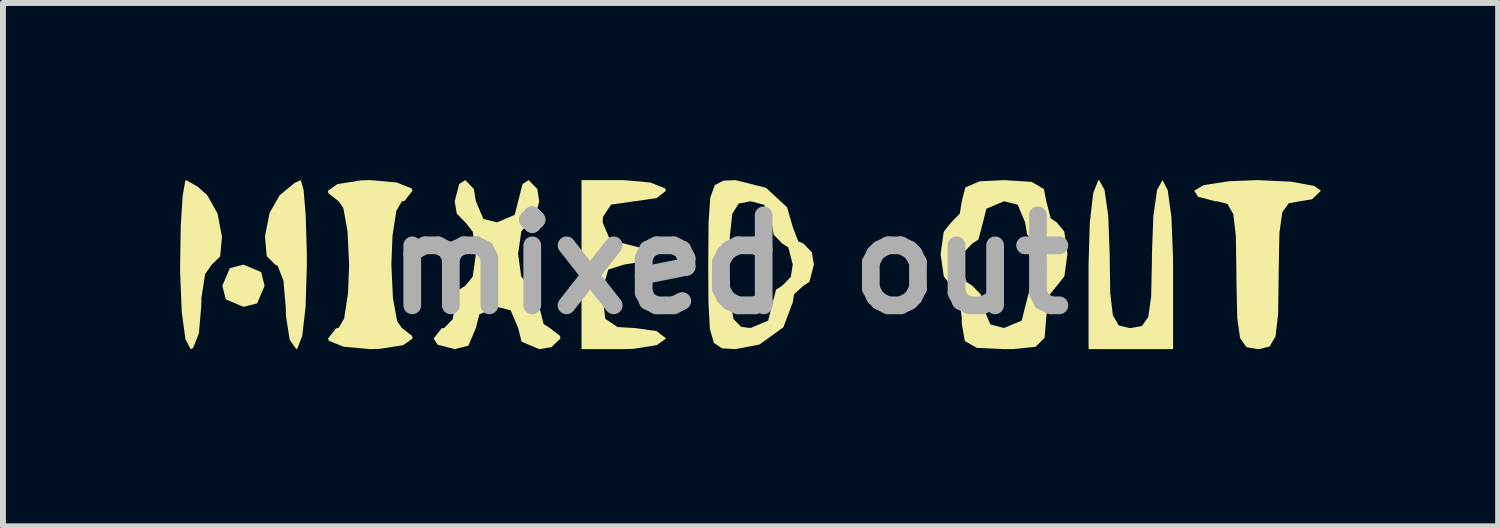
<source format=kicad_pcb>
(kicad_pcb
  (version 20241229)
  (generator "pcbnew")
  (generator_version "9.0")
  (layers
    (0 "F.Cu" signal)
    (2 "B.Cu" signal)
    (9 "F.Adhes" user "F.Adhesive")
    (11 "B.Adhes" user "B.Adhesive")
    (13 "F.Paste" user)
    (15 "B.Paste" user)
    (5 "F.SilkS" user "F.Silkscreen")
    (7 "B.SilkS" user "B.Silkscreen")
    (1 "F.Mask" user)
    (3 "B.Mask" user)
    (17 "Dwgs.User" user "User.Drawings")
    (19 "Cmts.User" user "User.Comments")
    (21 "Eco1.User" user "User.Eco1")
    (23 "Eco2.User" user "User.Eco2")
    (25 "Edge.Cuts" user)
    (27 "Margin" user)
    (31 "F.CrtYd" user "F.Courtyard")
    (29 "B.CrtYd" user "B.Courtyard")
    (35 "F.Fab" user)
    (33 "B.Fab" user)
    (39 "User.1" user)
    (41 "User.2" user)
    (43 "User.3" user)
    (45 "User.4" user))
  (footprint "mixed out"
    (layer "F.Cu")
    (at 9.301 1.431)
    (property "Reference" "mixed out" (at 0 0 0) (layer "F.Fab") (effects (font (size 1.524 1.524) (thickness 0.3))))
    (attr board_only exclude_from_pos_files exclude_from_bom)
    (fp_poly (pts (xy -7.929 0.126) (xy -7.87 0.358) (xy -7.997 0.657) (xy -8.228 0.715) (xy -8.527 0.589) (xy -8.586 0.358) (xy -8.459 0.059) (xy -8.228 0)) (stroke (width 0) (type solid)) (fill yes) (layer "F.SilkS"))
    (fp_poly (pts (xy -9.004 -1.32) (xy -8.841 -1.175) (xy -8.668 -0.867) (xy -8.592 -0.475) (xy -8.623 -0.139) (xy -8.765 0) (xy -8.877 0.159) (xy -8.939 0.555) (xy -8.944 0.715) (xy -8.983 1.164) (xy -9.082 1.413) (xy -9.123 1.431) (xy -9.211 1.264) (xy -9.273 0.807) (xy -9.301 0.128) (xy -9.301 0) (xy -9.29 -0.665) (xy -9.258 -1.165) (xy -9.214 -1.417) (xy -9.199 -1.431)) (stroke (width 0) (type solid)) (fill yes) (layer "F.SilkS"))
    (fp_poly (pts (xy -7.21 -1.266) (xy -7.174 -0.828) (xy -7.156 -0.202) (xy -7.155 0) (xy -7.176 0.709) (xy -7.233 1.207) (xy -7.318 1.426) (xy -7.334 1.431) (xy -7.446 1.272) (xy -7.508 0.876) (xy -7.513 0.715) (xy -7.552 0.267) (xy -7.651 0.018) (xy -7.692 0) (xy -7.835 -0.144) (xy -7.864 -0.483) (xy -7.786 -0.875) (xy -7.615 -1.175) (xy -7.36 -1.386) (xy -7.257 -1.431)) (stroke (width 0) (type solid)) (fill yes) (layer "F.SilkS"))
    (fp_poly (pts (xy 7.422 -1.264) (xy 7.485 -0.807) (xy 7.512 -0.128) (xy 7.513 0) (xy 7.513 1.431) (xy 6.082 1.431) (xy 6.082 0) (xy 6.103 -0.709) (xy 6.16 -1.207) (xy 6.245 -1.426) (xy 6.261 -1.431) (xy 6.352 -1.266) (xy 6.416 -0.822) (xy 6.439 -0.18) (xy 6.439 -0.179) (xy 6.449 0.479) (xy 6.493 0.856) (xy 6.592 1.029) (xy 6.769 1.073) (xy 6.797 1.073) (xy 6.985 1.039) (xy 7.093 0.887) (xy 7.142 0.54) (xy 7.155 -0.079) (xy 7.155 -0.179) (xy 7.179 -0.821) (xy 7.242 -1.265) (xy 7.334 -1.431) (xy 7.334 -1.431)) (stroke (width 0) (type solid)) (fill yes) (layer "F.SilkS"))
    (fp_poly (pts (xy -1.341 -1.391) (xy -1.091 -1.292) (xy -1.073 -1.252) (xy -1.229 -1.127) (xy -1.603 -1.073) (xy -1.61 -1.073) (xy -2.003 -1.017) (xy -2.141 -0.808) (xy -2.146 -0.715) (xy -2.02 -0.417) (xy -1.789 -0.358) (xy -1.498 -0.283) (xy -1.431 -0.179) (xy -1.581 -0.034) (xy -1.789 0) (xy -2.051 0.084) (xy -2.143 0.398) (xy -2.146 0.537) (xy -2.102 0.917) (xy -1.893 1.057) (xy -1.61 1.073) (xy -1.233 1.125) (xy -1.073 1.25) (xy -1.073 1.252) (xy -1.232 1.364) (xy -1.628 1.426) (xy -1.789 1.431) (xy -2.504 1.431) (xy -2.504 -1.431) (xy -1.789 -1.431)) (stroke (width 0) (type solid)) (fill yes) (layer "F.SilkS"))
    (fp_poly (pts (xy 9.515 -1.404) (xy 9.903 -1.333) (xy 10.017 -1.252) (xy 9.867 -1.107) (xy 9.659 -1.073) (xy 9.471 -1.039) (xy 9.363 -0.887) (xy 9.314 -0.54) (xy 9.302 0.079) (xy 9.301 0.179) (xy 9.292 0.837) (xy 9.248 1.214) (xy 9.149 1.386) (xy 8.972 1.431) (xy 8.944 1.431) (xy 8.756 1.397) (xy 8.648 1.245) (xy 8.599 0.897) (xy 8.586 0.279) (xy 8.586 0.179) (xy 8.576 -0.479) (xy 8.533 -0.856) (xy 8.433 -1.029) (xy 8.257 -1.073) (xy 8.228 -1.073) (xy 7.938 -1.148) (xy 7.87 -1.252) (xy 8.033 -1.347) (xy 8.459 -1.412) (xy 8.944 -1.431)) (stroke (width 0) (type solid)) (fill yes) (layer "F.SilkS"))
    (fp_poly (pts (xy -5.634 -1.391) (xy -5.384 -1.292) (xy -5.366 -1.252) (xy -5.502 -1.078) (xy -5.545 -1.073) (xy -5.64 -0.91) (xy -5.705 -0.485) (xy -5.724 0) (xy -5.697 0.572) (xy -5.626 0.959) (xy -5.545 1.073) (xy -5.371 1.209) (xy -5.366 1.252) (xy -5.525 1.364) (xy -5.921 1.426) (xy -6.082 1.431) (xy -6.53 1.391) (xy -6.779 1.292) (xy -6.797 1.252) (xy -6.661 1.078) (xy -6.618 1.073) (xy -6.523 0.91) (xy -6.458 0.485) (xy -6.439 0) (xy -6.467 -0.572) (xy -6.538 -0.959) (xy -6.618 -1.073) (xy -6.792 -1.209) (xy -6.797 -1.252) (xy -6.638 -1.364) (xy -6.242 -1.426) (xy -6.082 -1.431)) (stroke (width 0) (type solid)) (fill yes) (layer "F.SilkS"))
    (fp_poly (pts (xy 0.62 -1.301) (xy 0.977 -0.971) (xy 1.073 -0.639) (xy 1.166 -0.393) (xy 1.252 -0.358) (xy 1.397 -0.208) (xy 1.431 0) (xy 1.356 0.291) (xy 1.252 0.358) (xy 1.095 0.503) (xy 1.073 0.639) (xy 0.914 1.061) (xy 0.509 1.353) (xy 0.102 1.431) (xy -0.126 1.417) (xy -0.262 1.327) (xy -0.331 1.087) (xy -0.355 0.625) (xy -0.358 0) (xy 0 0) (xy 0.013 0.599) (xy 0.07 0.923) (xy 0.199 1.054) (xy 0.358 1.073) (xy 0.657 0.947) (xy 0.715 0.715) (xy 0.79 0.425) (xy 0.894 0.358) (xy 1.04 0.208) (xy 1.073 0) (xy 0.998 -0.291) (xy 0.894 -0.358) (xy 0.749 -0.508) (xy 0.715 -0.715) (xy 0.589 -1.014) (xy 0.358 -1.073) (xy 0.158 -1.034) (xy 0.05 -0.862) (xy 0.007 -0.475) (xy 0 0) (xy -0.358 0) (xy -0.353 -0.71) (xy -0.324 -1.135) (xy -0.247 -1.348) (xy -0.099 -1.422) (xy 0.102 -1.431)) (stroke (width 0) (type solid)) (fill yes) (layer "F.SilkS"))
    (fp_poly (pts (xy -3.253 -1.281) (xy -3.22 -1.073) (xy -3.295 -0.783) (xy -3.399 -0.715) (xy -3.524 -0.56) (xy -3.577 -0.186) (xy -3.577 -0.179) (xy -3.526 0.198) (xy -3.401 0.358) (xy -3.399 0.358) (xy -3.253 0.508) (xy -3.22 0.715) (xy -3.145 1.006) (xy -3.041 1.073) (xy -2.867 1.209) (xy -2.862 1.252) (xy -3.012 1.397) (xy -3.22 1.431) (xy -3.519 1.305) (xy -3.577 1.073) (xy -3.704 0.774) (xy -3.935 0.715) (xy -4.234 0.842) (xy -4.293 1.073) (xy -4.419 1.372) (xy -4.651 1.431) (xy -4.941 1.356) (xy -5.008 1.252) (xy -4.872 1.078) (xy -4.83 1.073) (xy -4.684 0.923) (xy -4.651 0.715) (xy -4.576 0.425) (xy -4.472 0.358) (xy -4.346 0.202) (xy -4.293 -0.172) (xy -4.293 -0.179) (xy -4.345 -0.556) (xy -4.47 -0.715) (xy -4.472 -0.715) (xy -4.617 -0.865) (xy -4.651 -1.073) (xy -4.576 -1.364) (xy -4.472 -1.431) (xy -4.327 -1.281) (xy -4.293 -1.073) (xy -4.166 -0.774) (xy -3.935 -0.715) (xy -3.636 -0.842) (xy -3.577 -1.073) (xy -3.503 -1.364) (xy -3.399 -1.431)) (stroke (width 0) (type solid)) (fill yes) (layer "F.SilkS"))
    (fp_poly (pts (xy 5.119 -1.401) (xy 5.326 -1.28) (xy 5.366 -1.073) (xy 5.441 -0.783) (xy 5.545 -0.715) (xy 5.671 -0.56) (xy 5.724 -0.186) (xy 5.724 -0.179) (xy 5.672 0.198) (xy 5.547 0.358) (xy 5.545 0.358) (xy 5.419 0.513) (xy 5.366 0.888) (xy 5.366 0.894) (xy 5.338 1.238) (xy 5.185 1.391) (xy 4.804 1.43) (xy 4.651 1.431) (xy 4.192 1.41) (xy 3.988 1.295) (xy 3.936 1.01) (xy 3.935 0.894) (xy 3.883 0.518) (xy 3.759 0.358) (xy 3.756 0.358) (xy 3.631 0.202) (xy 3.602 0) (xy 3.935 0) (xy 4.01 0.291) (xy 4.114 0.358) (xy 4.259 0.508) (xy 4.293 0.715) (xy 4.419 1.014) (xy 4.651 1.073) (xy 4.95 0.947) (xy 5.008 0.715) (xy 5.083 0.425) (xy 5.187 0.358) (xy 5.333 0.208) (xy 5.366 0) (xy 5.291 -0.291) (xy 5.187 -0.358) (xy 5.042 -0.508) (xy 5.008 -0.715) (xy 4.882 -1.014) (xy 4.651 -1.073) (xy 4.352 -0.947) (xy 4.293 -0.715) (xy 4.218 -0.425) (xy 4.114 -0.358) (xy 3.969 -0.208) (xy 3.935 0) (xy 3.602 0) (xy 3.577 -0.172) (xy 3.577 -0.179) (xy 3.629 -0.556) (xy 3.754 -0.715) (xy 3.756 -0.715) (xy 3.902 -0.865) (xy 3.935 -1.073) (xy 3.995 -1.307) (xy 4.238 -1.411) (xy 4.651 -1.431)) (stroke (width 0) (type solid)) (fill yes) (layer "F.SilkS")))
  (gr_rect
    (start -3 -3)
    (end 22.318 5.862)
    (stroke (width 0.1) (type default))
    (fill no)
    (layer "Edge.Cuts")))
</source>
